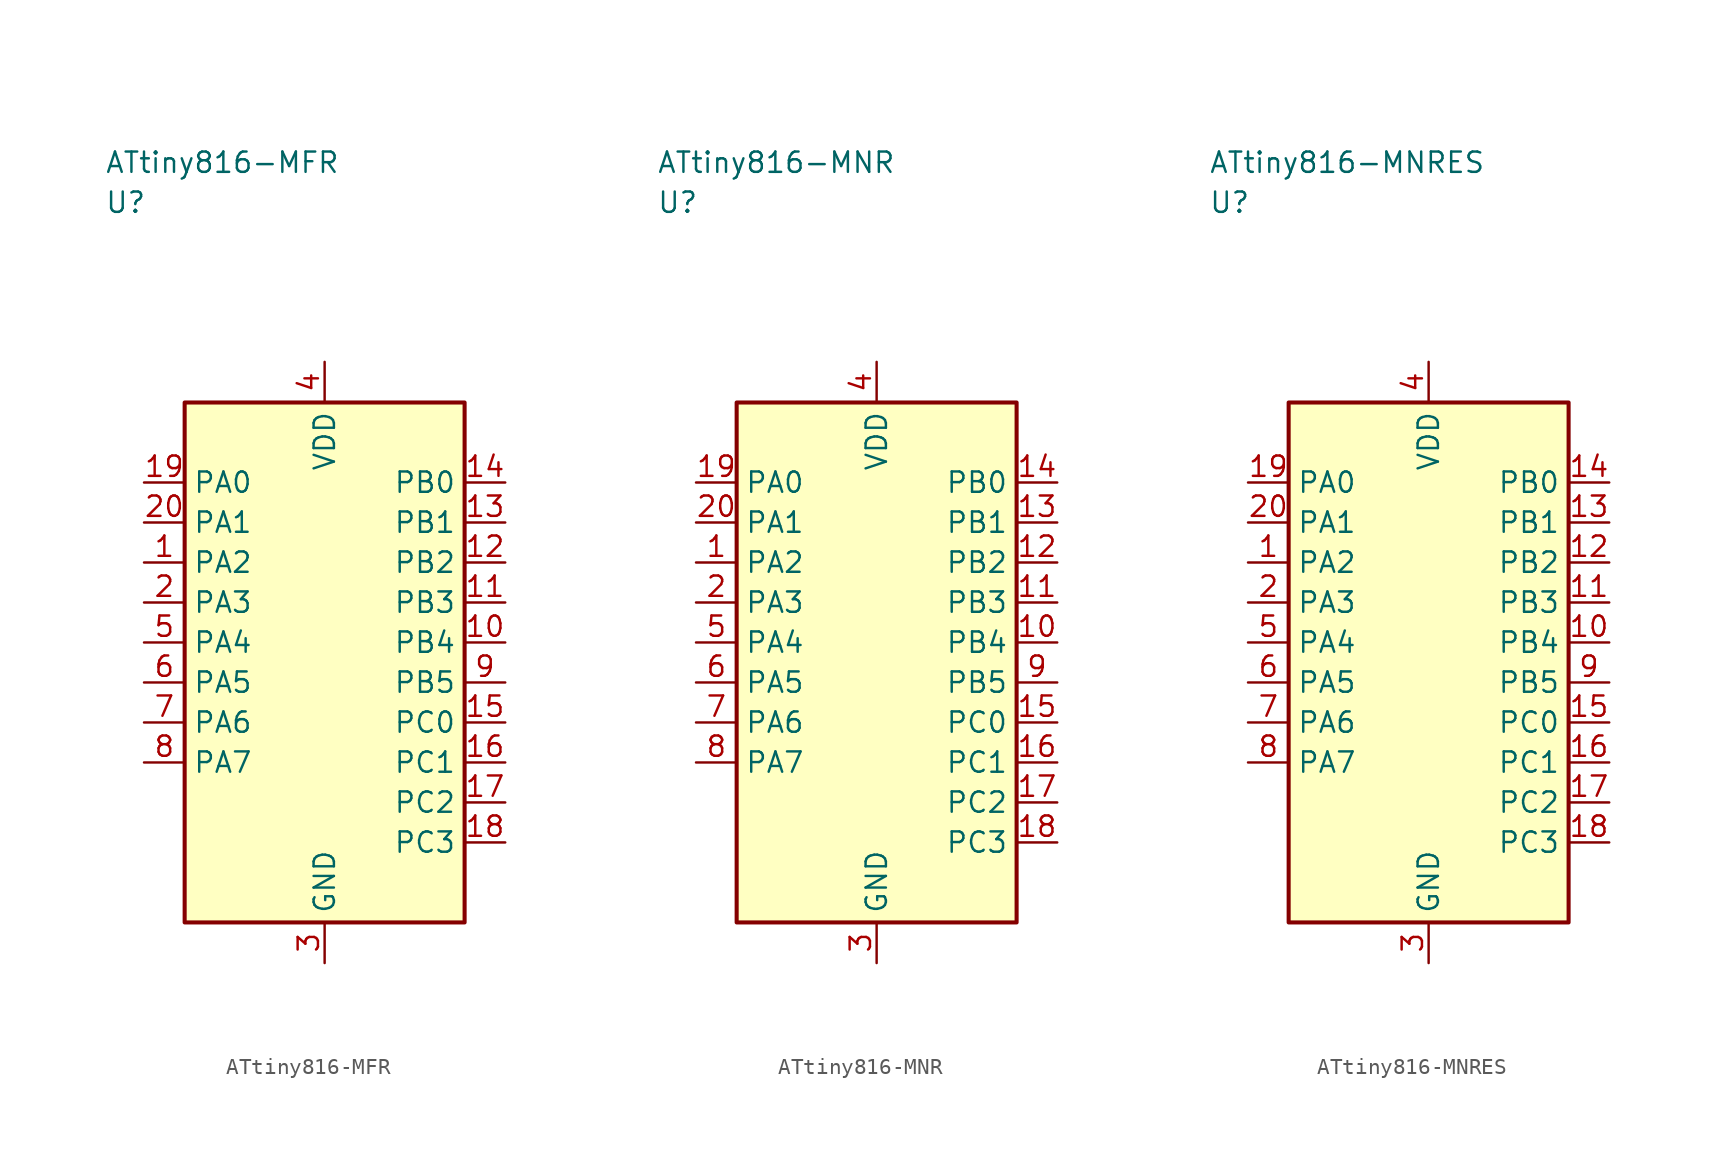
<source format=kicad_sym>
(kicad_symbol_lib
  (version 20241025)
  (generator "kicad_symbol_editor")
  (generator_version "8.0")
  (symbol "ATtiny816-MFR"
    (property "Reference" "U"
      (at -13.75 28.75 0)
      (effects (font (size 1.27 1.27)) (justify left)))
    (property "Value" "ATtiny816-MFR"
      (at -13.75 31.25 0)
      (effects (font (size 1.27 1.27)) (justify left)))
    (symbol "ATtiny816-MFR_0_1"
      (rectangle (start -8.75 16.25) (end 8.75 -16.25) (stroke (width 0.254) (type default)) (fill (type background))))
    (symbol "ATtiny816-MFR_1_1"
      (pin bidirectional line (at -11.29 6.25 0.0) (length 2.54) (name "PA2" (effects (font (size 1.27 1.27)))) (number "1" (effects (font (size 1.27 1.27)))))
      (pin bidirectional line (at -11.29 3.75 0.0) (length 2.54) (name "PA3" (effects (font (size 1.27 1.27)))) (number "2" (effects (font (size 1.27 1.27)))))
      (pin passive line (at 0.0 -18.79 90.0) (length 2.54) (name "GND" (effects (font (size 1.27 1.27)))) (number "3" (effects (font (size 1.27 1.27)))))
      (pin power_in line (at 0.0 18.79 270.0) (length 2.54) (name "VDD" (effects (font (size 1.27 1.27)))) (number "4" (effects (font (size 1.27 1.27)))))
      (pin bidirectional line (at -11.29 1.25 0.0) (length 2.54) (name "PA4" (effects (font (size 1.27 1.27)))) (number "5" (effects (font (size 1.27 1.27)))))
      (pin bidirectional line (at -11.29 -1.25 0.0) (length 2.54) (name "PA5" (effects (font (size 1.27 1.27)))) (number "6" (effects (font (size 1.27 1.27)))))
      (pin bidirectional line (at -11.29 -3.75 0.0) (length 2.54) (name "PA6" (effects (font (size 1.27 1.27)))) (number "7" (effects (font (size 1.27 1.27)))))
      (pin bidirectional line (at -11.29 -6.25 0.0) (length 2.54) (name "PA7" (effects (font (size 1.27 1.27)))) (number "8" (effects (font (size 1.27 1.27)))))
      (pin bidirectional line (at 11.29 -1.25 180.0) (length 2.54) (name "PB5" (effects (font (size 1.27 1.27)))) (number "9" (effects (font (size 1.27 1.27)))))
      (pin bidirectional line (at 11.29 1.25 180.0) (length 2.54) (name "PB4" (effects (font (size 1.27 1.27)))) (number "10" (effects (font (size 1.27 1.27)))))
      (pin bidirectional line (at 11.29 3.75 180.0) (length 2.54) (name "PB3" (effects (font (size 1.27 1.27)))) (number "11" (effects (font (size 1.27 1.27)))))
      (pin bidirectional line (at 11.29 6.25 180.0) (length 2.54) (name "PB2" (effects (font (size 1.27 1.27)))) (number "12" (effects (font (size 1.27 1.27)))))
      (pin bidirectional line (at 11.29 8.75 180.0) (length 2.54) (name "PB1" (effects (font (size 1.27 1.27)))) (number "13" (effects (font (size 1.27 1.27)))))
      (pin bidirectional line (at 11.29 11.25 180.0) (length 2.54) (name "PB0" (effects (font (size 1.27 1.27)))) (number "14" (effects (font (size 1.27 1.27)))))
      (pin bidirectional line (at 11.29 -3.75 180.0) (length 2.54) (name "PC0" (effects (font (size 1.27 1.27)))) (number "15" (effects (font (size 1.27 1.27)))))
      (pin bidirectional line (at 11.29 -6.25 180.0) (length 2.54) (name "PC1" (effects (font (size 1.27 1.27)))) (number "16" (effects (font (size 1.27 1.27)))))
      (pin bidirectional line (at 11.29 -8.75 180.0) (length 2.54) (name "PC2" (effects (font (size 1.27 1.27)))) (number "17" (effects (font (size 1.27 1.27)))))
      (pin bidirectional line (at 11.29 -11.25 180.0) (length 2.54) (name "PC3" (effects (font (size 1.27 1.27)))) (number "18" (effects (font (size 1.27 1.27)))))
      (pin bidirectional line (at -11.29 11.25 0.0) (length 2.54) (name "PA0" (effects (font (size 1.27 1.27)))) (number "19" (effects (font (size 1.27 1.27)))))
      (pin bidirectional line (at -11.29 8.75 0.0) (length 2.54) (name "PA1" (effects (font (size 1.27 1.27)))) (number "20" (effects (font (size 1.27 1.27)))))))
  (symbol "ATtiny816-MNR"
    (property "Reference" "U"
      (at -13.75 28.75 0)
      (effects (font (size 1.27 1.27)) (justify left)))
    (property "Value" "ATtiny816-MNR"
      (at -13.75 31.25 0)
      (effects (font (size 1.27 1.27)) (justify left)))
    (symbol "ATtiny816-MNR_0_1"
      (rectangle (start -8.75 16.25) (end 8.75 -16.25) (stroke (width 0.254) (type default)) (fill (type background))))
    (symbol "ATtiny816-MNR_1_1"
      (pin bidirectional line (at -11.29 6.25 0.0) (length 2.54) (name "PA2" (effects (font (size 1.27 1.27)))) (number "1" (effects (font (size 1.27 1.27)))))
      (pin bidirectional line (at -11.29 3.75 0.0) (length 2.54) (name "PA3" (effects (font (size 1.27 1.27)))) (number "2" (effects (font (size 1.27 1.27)))))
      (pin passive line (at 0.0 -18.79 90.0) (length 2.54) (name "GND" (effects (font (size 1.27 1.27)))) (number "3" (effects (font (size 1.27 1.27)))))
      (pin power_in line (at 0.0 18.79 270.0) (length 2.54) (name "VDD" (effects (font (size 1.27 1.27)))) (number "4" (effects (font (size 1.27 1.27)))))
      (pin bidirectional line (at -11.29 1.25 0.0) (length 2.54) (name "PA4" (effects (font (size 1.27 1.27)))) (number "5" (effects (font (size 1.27 1.27)))))
      (pin bidirectional line (at -11.29 -1.25 0.0) (length 2.54) (name "PA5" (effects (font (size 1.27 1.27)))) (number "6" (effects (font (size 1.27 1.27)))))
      (pin bidirectional line (at -11.29 -3.75 0.0) (length 2.54) (name "PA6" (effects (font (size 1.27 1.27)))) (number "7" (effects (font (size 1.27 1.27)))))
      (pin bidirectional line (at -11.29 -6.25 0.0) (length 2.54) (name "PA7" (effects (font (size 1.27 1.27)))) (number "8" (effects (font (size 1.27 1.27)))))
      (pin bidirectional line (at 11.29 -1.25 180.0) (length 2.54) (name "PB5" (effects (font (size 1.27 1.27)))) (number "9" (effects (font (size 1.27 1.27)))))
      (pin bidirectional line (at 11.29 1.25 180.0) (length 2.54) (name "PB4" (effects (font (size 1.27 1.27)))) (number "10" (effects (font (size 1.27 1.27)))))
      (pin bidirectional line (at 11.29 3.75 180.0) (length 2.54) (name "PB3" (effects (font (size 1.27 1.27)))) (number "11" (effects (font (size 1.27 1.27)))))
      (pin bidirectional line (at 11.29 6.25 180.0) (length 2.54) (name "PB2" (effects (font (size 1.27 1.27)))) (number "12" (effects (font (size 1.27 1.27)))))
      (pin bidirectional line (at 11.29 8.75 180.0) (length 2.54) (name "PB1" (effects (font (size 1.27 1.27)))) (number "13" (effects (font (size 1.27 1.27)))))
      (pin bidirectional line (at 11.29 11.25 180.0) (length 2.54) (name "PB0" (effects (font (size 1.27 1.27)))) (number "14" (effects (font (size 1.27 1.27)))))
      (pin bidirectional line (at 11.29 -3.75 180.0) (length 2.54) (name "PC0" (effects (font (size 1.27 1.27)))) (number "15" (effects (font (size 1.27 1.27)))))
      (pin bidirectional line (at 11.29 -6.25 180.0) (length 2.54) (name "PC1" (effects (font (size 1.27 1.27)))) (number "16" (effects (font (size 1.27 1.27)))))
      (pin bidirectional line (at 11.29 -8.75 180.0) (length 2.54) (name "PC2" (effects (font (size 1.27 1.27)))) (number "17" (effects (font (size 1.27 1.27)))))
      (pin bidirectional line (at 11.29 -11.25 180.0) (length 2.54) (name "PC3" (effects (font (size 1.27 1.27)))) (number "18" (effects (font (size 1.27 1.27)))))
      (pin bidirectional line (at -11.29 11.25 0.0) (length 2.54) (name "PA0" (effects (font (size 1.27 1.27)))) (number "19" (effects (font (size 1.27 1.27)))))
      (pin bidirectional line (at -11.29 8.75 0.0) (length 2.54) (name "PA1" (effects (font (size 1.27 1.27)))) (number "20" (effects (font (size 1.27 1.27)))))))
  (symbol "ATtiny816-MNRES"
    (property "Reference" "U"
      (at -13.75 28.75 0)
      (effects (font (size 1.27 1.27)) (justify left)))
    (property "Value" "ATtiny816-MNRES"
      (at -13.75 31.25 0)
      (effects (font (size 1.27 1.27)) (justify left)))
    (symbol "ATtiny816-MNRES_0_1"
      (rectangle (start -8.75 16.25) (end 8.75 -16.25) (stroke (width 0.254) (type default)) (fill (type background))))
    (symbol "ATtiny816-MNRES_1_1"
      (pin bidirectional line (at -11.29 6.25 0.0) (length 2.54) (name "PA2" (effects (font (size 1.27 1.27)))) (number "1" (effects (font (size 1.27 1.27)))))
      (pin bidirectional line (at -11.29 3.75 0.0) (length 2.54) (name "PA3" (effects (font (size 1.27 1.27)))) (number "2" (effects (font (size 1.27 1.27)))))
      (pin passive line (at 0.0 -18.79 90.0) (length 2.54) (name "GND" (effects (font (size 1.27 1.27)))) (number "3" (effects (font (size 1.27 1.27)))))
      (pin power_in line (at 0.0 18.79 270.0) (length 2.54) (name "VDD" (effects (font (size 1.27 1.27)))) (number "4" (effects (font (size 1.27 1.27)))))
      (pin bidirectional line (at -11.29 1.25 0.0) (length 2.54) (name "PA4" (effects (font (size 1.27 1.27)))) (number "5" (effects (font (size 1.27 1.27)))))
      (pin bidirectional line (at -11.29 -1.25 0.0) (length 2.54) (name "PA5" (effects (font (size 1.27 1.27)))) (number "6" (effects (font (size 1.27 1.27)))))
      (pin bidirectional line (at -11.29 -3.75 0.0) (length 2.54) (name "PA6" (effects (font (size 1.27 1.27)))) (number "7" (effects (font (size 1.27 1.27)))))
      (pin bidirectional line (at -11.29 -6.25 0.0) (length 2.54) (name "PA7" (effects (font (size 1.27 1.27)))) (number "8" (effects (font (size 1.27 1.27)))))
      (pin bidirectional line (at 11.29 -1.25 180.0) (length 2.54) (name "PB5" (effects (font (size 1.27 1.27)))) (number "9" (effects (font (size 1.27 1.27)))))
      (pin bidirectional line (at 11.29 1.25 180.0) (length 2.54) (name "PB4" (effects (font (size 1.27 1.27)))) (number "10" (effects (font (size 1.27 1.27)))))
      (pin bidirectional line (at 11.29 3.75 180.0) (length 2.54) (name "PB3" (effects (font (size 1.27 1.27)))) (number "11" (effects (font (size 1.27 1.27)))))
      (pin bidirectional line (at 11.29 6.25 180.0) (length 2.54) (name "PB2" (effects (font (size 1.27 1.27)))) (number "12" (effects (font (size 1.27 1.27)))))
      (pin bidirectional line (at 11.29 8.75 180.0) (length 2.54) (name "PB1" (effects (font (size 1.27 1.27)))) (number "13" (effects (font (size 1.27 1.27)))))
      (pin bidirectional line (at 11.29 11.25 180.0) (length 2.54) (name "PB0" (effects (font (size 1.27 1.27)))) (number "14" (effects (font (size 1.27 1.27)))))
      (pin bidirectional line (at 11.29 -3.75 180.0) (length 2.54) (name "PC0" (effects (font (size 1.27 1.27)))) (number "15" (effects (font (size 1.27 1.27)))))
      (pin bidirectional line (at 11.29 -6.25 180.0) (length 2.54) (name "PC1" (effects (font (size 1.27 1.27)))) (number "16" (effects (font (size 1.27 1.27)))))
      (pin bidirectional line (at 11.29 -8.75 180.0) (length 2.54) (name "PC2" (effects (font (size 1.27 1.27)))) (number "17" (effects (font (size 1.27 1.27)))))
      (pin bidirectional line (at 11.29 -11.25 180.0) (length 2.54) (name "PC3" (effects (font (size 1.27 1.27)))) (number "18" (effects (font (size 1.27 1.27)))))
      (pin bidirectional line (at -11.29 11.25 0.0) (length 2.54) (name "PA0" (effects (font (size 1.27 1.27)))) (number "19" (effects (font (size 1.27 1.27)))))
      (pin bidirectional line (at -11.29 8.75 0.0) (length 2.54) (name "PA1" (effects (font (size 1.27 1.27)))) (number "20" (effects (font (size 1.27 1.27))))))))
</source>
